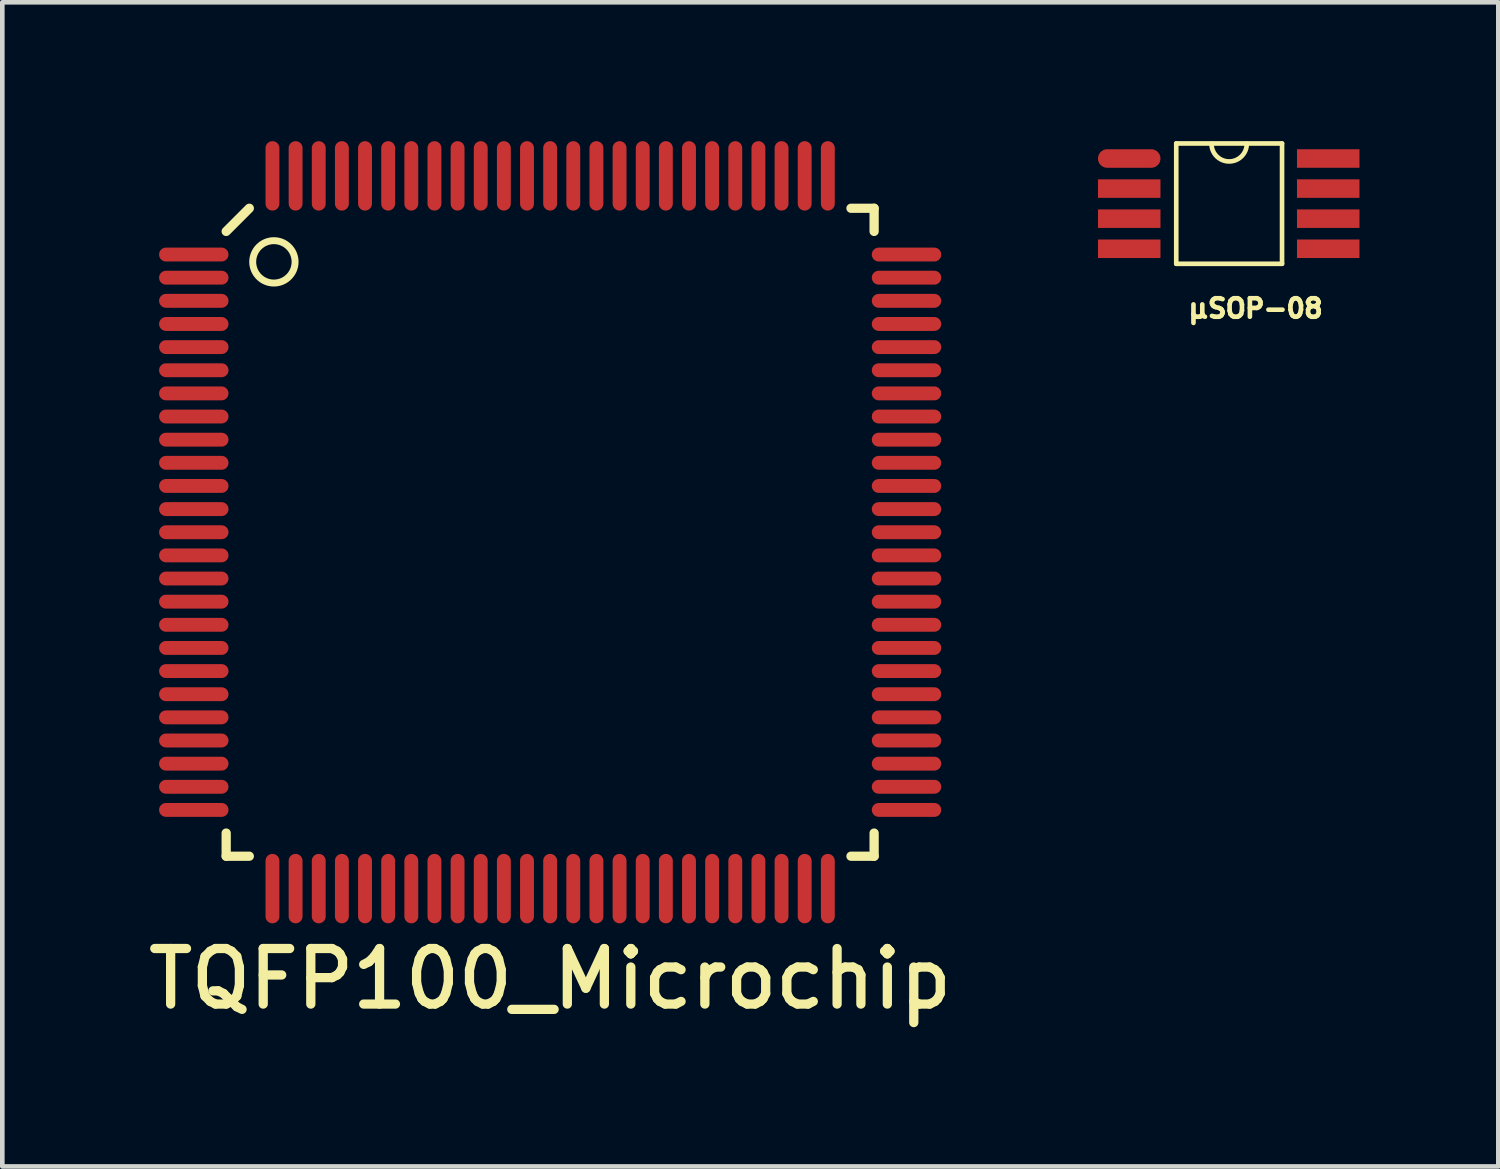
<source format=kicad_pcb>
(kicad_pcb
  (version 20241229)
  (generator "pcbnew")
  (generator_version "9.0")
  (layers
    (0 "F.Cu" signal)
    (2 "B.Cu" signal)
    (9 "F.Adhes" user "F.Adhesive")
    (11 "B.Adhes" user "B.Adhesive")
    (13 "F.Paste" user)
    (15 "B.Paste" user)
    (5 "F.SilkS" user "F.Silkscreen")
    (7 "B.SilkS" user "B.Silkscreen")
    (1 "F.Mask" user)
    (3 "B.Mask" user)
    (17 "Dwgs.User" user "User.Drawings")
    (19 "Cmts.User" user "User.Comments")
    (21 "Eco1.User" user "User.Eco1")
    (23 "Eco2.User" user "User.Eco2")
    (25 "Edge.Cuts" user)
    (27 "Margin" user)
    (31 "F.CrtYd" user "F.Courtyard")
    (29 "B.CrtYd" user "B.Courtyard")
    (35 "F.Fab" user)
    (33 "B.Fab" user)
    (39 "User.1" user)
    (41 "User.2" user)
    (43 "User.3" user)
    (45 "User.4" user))
  (footprint "µSOP-08"
    (layer "F.Cu")
    (at 21.349 0.375)
    (property "Reference" "µSOP-08" (at 2.731 3.239 0) (layer "F.SilkS") (effects (font (size 0.4 0.4) (thickness 0.1))))
    (attr through_hole)
    (fp_line (start 1.016 -0.325) (end 3.302 -0.325) (stroke (width 0.1) (type solid)) (layer "F.SilkS"))
    (fp_line (start 1.016 2.275) (end 1.016 -0.325) (stroke (width 0.1) (type solid)) (layer "F.SilkS"))
    (fp_line (start 1.016 2.275) (end 3.302 2.275) (stroke (width 0.1) (type solid)) (layer "F.SilkS"))
    (fp_line (start 3.302 2.275) (end 3.302 -0.325) (stroke (width 0.1) (type solid)) (layer "F.SilkS"))
    (fp_arc (start 2.54 -0.3175) (mid 2.159 0.0635) (end 1.778 -0.3175) (stroke (width 0.1) (type solid)) (layer "F.SilkS"))
    (pad "1" smd oval (at 0 0) (size 1.35 0.4) (layers "F.Cu" "F.Mask" "F.Paste"))
    (pad "2" smd rect (at 0 0.65) (size 1.35 0.4) (layers "F.Cu" "F.Mask" "F.Paste"))
    (pad "3" smd rect (at 0 1.3) (size 1.35 0.4) (layers "F.Cu" "F.Mask" "F.Paste"))
    (pad "4" smd rect (at 0 1.95) (size 1.35 0.4) (layers "F.Cu" "F.Mask" "F.Paste"))
    (pad "5" smd rect (at 4.3 1.95) (size 1.35 0.4) (layers "F.Cu" "F.Mask" "F.Paste"))
    (pad "6" smd rect (at 4.3 1.3) (size 1.35 0.4) (layers "F.Cu" "F.Mask" "F.Paste"))
    (pad "7" smd rect (at 4.3 0.65) (size 1.35 0.4) (layers "F.Cu" "F.Mask" "F.Paste"))
    (pad "8" smd rect (at 4.3 0) (size 1.35 0.4) (layers "F.Cu" "F.Mask" "F.Paste")))
  (footprint "TQFP100_Microchip"
    (layer "F.Cu")
    (at 8.837 8.45)
    (property "Reference" "TQFP100_Microchip" (at 0 9.65 0) (layer "F.SilkS") (effects (font (size 1.2 1.2) (thickness 0.2))))
    (attr through_hole)
    (fp_line (start -7 -6.5) (end -6.5 -7) (stroke (width 0.2) (type solid)) (layer "F.SilkS"))
    (fp_line (start -7 7) (end -7 6.5) (stroke (width 0.2) (type solid)) (layer "F.SilkS"))
    (fp_line (start -6.5 7) (end -7 7) (stroke (width 0.2) (type solid)) (layer "F.SilkS"))
    (fp_line (start 6.5 -7) (end 7 -7) (stroke (width 0.2) (type solid)) (layer "F.SilkS"))
    (fp_line (start 6.5 7) (end 7 7) (stroke (width 0.2) (type solid)) (layer "F.SilkS"))
    (fp_line (start 7 -7) (end 7 -6.5) (stroke (width 0.2) (type solid)) (layer "F.SilkS"))
    (fp_line (start 7 7) (end 7 6.5) (stroke (width 0.2) (type solid)) (layer "F.SilkS"))
    (fp_circle (center -5.969 -5.842) (end -5.715 -5.461) (stroke (width 0.15) (type solid)) (fill no) (layer "F.SilkS"))
    (pad "1" smd oval (at -7.7 -6) (size 1.5 0.3) (layers "F.Cu" "F.Mask" "F.Paste"))
    (pad "2" smd oval (at -7.7 -5.5) (size 1.5 0.3) (layers "F.Cu" "F.Mask" "F.Paste"))
    (pad "3" smd oval (at -7.7 -5) (size 1.5 0.3) (layers "F.Cu" "F.Mask" "F.Paste"))
    (pad "4" smd oval (at -7.7 -4.5) (size 1.5 0.3) (layers "F.Cu" "F.Mask" "F.Paste"))
    (pad "5" smd oval (at -7.7 -4) (size 1.5 0.3) (layers "F.Cu" "F.Mask" "F.Paste"))
    (pad "6" smd oval (at -7.7 -3.5) (size 1.5 0.3) (layers "F.Cu" "F.Mask" "F.Paste"))
    (pad "7" smd oval (at -7.7 -3) (size 1.5 0.3) (layers "F.Cu" "F.Mask" "F.Paste"))
    (pad "8" smd oval (at -7.7 -2.5) (size 1.5 0.3) (layers "F.Cu" "F.Mask" "F.Paste"))
    (pad "9" smd oval (at -7.7 -2) (size 1.5 0.3) (layers "F.Cu" "F.Mask" "F.Paste"))
    (pad "10" smd oval (at -7.7 -1.5) (size 1.5 0.3) (layers "F.Cu" "F.Mask" "F.Paste"))
    (pad "11" smd oval (at -7.7 -1) (size 1.5 0.3) (layers "F.Cu" "F.Mask" "F.Paste"))
    (pad "12" smd oval (at -7.7 -0.5) (size 1.5 0.3) (layers "F.Cu" "F.Mask" "F.Paste"))
    (pad "13" smd oval (at -7.7 0) (size 1.5 0.3) (layers "F.Cu" "F.Mask" "F.Paste"))
    (pad "14" smd oval (at -7.7 0.5) (size 1.5 0.3) (layers "F.Cu" "F.Mask" "F.Paste"))
    (pad "15" smd oval (at -7.7 1) (size 1.5 0.3) (layers "F.Cu" "F.Mask" "F.Paste"))
    (pad "16" smd oval (at -7.7 1.5) (size 1.5 0.3) (layers "F.Cu" "F.Mask" "F.Paste"))
    (pad "17" smd oval (at -7.7 2) (size 1.5 0.3) (layers "F.Cu" "F.Mask" "F.Paste"))
    (pad "18" smd oval (at -7.7 2.5) (size 1.5 0.3) (layers "F.Cu" "F.Mask" "F.Paste"))
    (pad "19" smd oval (at -7.7 3) (size 1.5 0.3) (layers "F.Cu" "F.Mask" "F.Paste"))
    (pad "20" smd oval (at -7.7 3.5) (size 1.5 0.3) (layers "F.Cu" "F.Mask" "F.Paste"))
    (pad "21" smd oval (at -7.7 4) (size 1.5 0.3) (layers "F.Cu" "F.Mask" "F.Paste"))
    (pad "22" smd oval (at -7.7 4.5) (size 1.5 0.3) (layers "F.Cu" "F.Mask" "F.Paste"))
    (pad "23" smd oval (at -7.7 5) (size 1.5 0.3) (layers "F.Cu" "F.Mask" "F.Paste"))
    (pad "24" smd oval (at -7.7 5.5) (size 1.5 0.3) (layers "F.Cu" "F.Mask" "F.Paste"))
    (pad "25" smd oval (at -7.7 6) (size 1.5 0.3) (layers "F.Cu" "F.Mask" "F.Paste"))
    (pad "26" smd oval (at -6 7.7) (size 0.3 1.5) (layers "F.Cu" "F.Mask" "F.Paste"))
    (pad "27" smd oval (at -5.5 7.7) (size 0.3 1.5) (layers "F.Cu" "F.Mask" "F.Paste"))
    (pad "28" smd oval (at -5 7.7) (size 0.3 1.5) (layers "F.Cu" "F.Mask" "F.Paste"))
    (pad "29" smd oval (at -4.5 7.7) (size 0.3 1.5) (layers "F.Cu" "F.Mask" "F.Paste"))
    (pad "30" smd oval (at -4 7.7) (size 0.3 1.5) (layers "F.Cu" "F.Mask" "F.Paste"))
    (pad "31" smd oval (at -3.5 7.7) (size 0.3 1.5) (layers "F.Cu" "F.Mask" "F.Paste"))
    (pad "32" smd oval (at -3 7.7) (size 0.3 1.5) (layers "F.Cu" "F.Mask" "F.Paste"))
    (pad "33" smd oval (at -2.5 7.7) (size 0.3 1.5) (layers "F.Cu" "F.Mask" "F.Paste"))
    (pad "34" smd oval (at -2 7.7) (size 0.3 1.5) (layers "F.Cu" "F.Mask" "F.Paste"))
    (pad "35" smd oval (at -1.5 7.7) (size 0.3 1.5) (layers "F.Cu" "F.Mask" "F.Paste"))
    (pad "36" smd oval (at -1 7.7) (size 0.3 1.5) (layers "F.Cu" "F.Mask" "F.Paste"))
    (pad "37" smd oval (at -0.5 7.7) (size 0.3 1.5) (layers "F.Cu" "F.Mask" "F.Paste"))
    (pad "38" smd oval (at 0 7.7) (size 0.3 1.5) (layers "F.Cu" "F.Mask" "F.Paste"))
    (pad "39" smd oval (at 0.5 7.7) (size 0.3 1.5) (layers "F.Cu" "F.Mask" "F.Paste"))
    (pad "40" smd oval (at 1 7.7) (size 0.3 1.5) (layers "F.Cu" "F.Mask" "F.Paste"))
    (pad "41" smd oval (at 1.5 7.7) (size 0.3 1.5) (layers "F.Cu" "F.Mask" "F.Paste"))
    (pad "42" smd oval (at 2 7.7) (size 0.3 1.5) (layers "F.Cu" "F.Mask" "F.Paste"))
    (pad "43" smd oval (at 2.5 7.7) (size 0.3 1.5) (layers "F.Cu" "F.Mask" "F.Paste"))
    (pad "44" smd oval (at 3 7.7) (size 0.3 1.5) (layers "F.Cu" "F.Mask" "F.Paste"))
    (pad "45" smd oval (at 3.5 7.7) (size 0.3 1.5) (layers "F.Cu" "F.Mask" "F.Paste"))
    (pad "46" smd oval (at 4 7.7) (size 0.3 1.5) (layers "F.Cu" "F.Mask" "F.Paste"))
    (pad "47" smd oval (at 4.5 7.7) (size 0.3 1.5) (layers "F.Cu" "F.Mask" "F.Paste"))
    (pad "48" smd oval (at 5 7.7) (size 0.3 1.5) (layers "F.Cu" "F.Mask" "F.Paste"))
    (pad "49" smd oval (at 5.5 7.7) (size 0.3 1.5) (layers "F.Cu" "F.Mask" "F.Paste"))
    (pad "50" smd oval (at 6 7.7) (size 0.3 1.5) (layers "F.Cu" "F.Mask" "F.Paste"))
    (pad "51" smd oval (at 7.7 6) (size 1.5 0.3) (layers "F.Cu" "F.Mask" "F.Paste"))
    (pad "52" smd oval (at 7.7 5.5) (size 1.5 0.3) (layers "F.Cu" "F.Mask" "F.Paste"))
    (pad "53" smd oval (at 7.7 5) (size 1.5 0.3) (layers "F.Cu" "F.Mask" "F.Paste"))
    (pad "54" smd oval (at 7.7 4.5) (size 1.5 0.3) (layers "F.Cu" "F.Mask" "F.Paste"))
    (pad "55" smd oval (at 7.7 4) (size 1.5 0.3) (layers "F.Cu" "F.Mask" "F.Paste"))
    (pad "56" smd oval (at 7.7 3.5) (size 1.5 0.3) (layers "F.Cu" "F.Mask" "F.Paste"))
    (pad "57" smd oval (at 7.7 3) (size 1.5 0.3) (layers "F.Cu" "F.Mask" "F.Paste"))
    (pad "58" smd oval (at 7.7 2.5) (size 1.5 0.3) (layers "F.Cu" "F.Mask" "F.Paste"))
    (pad "59" smd oval (at 7.7 2) (size 1.5 0.3) (layers "F.Cu" "F.Mask" "F.Paste"))
    (pad "60" smd oval (at 7.7 1.5) (size 1.5 0.3) (layers "F.Cu" "F.Mask" "F.Paste"))
    (pad "61" smd oval (at 7.7 1) (size 1.5 0.3) (layers "F.Cu" "F.Mask" "F.Paste"))
    (pad "62" smd oval (at 7.7 0.5) (size 1.5 0.3) (layers "F.Cu" "F.Mask" "F.Paste"))
    (pad "63" smd oval (at 7.7 0) (size 1.5 0.3) (layers "F.Cu" "F.Mask" "F.Paste"))
    (pad "64" smd oval (at 7.7 -0.5) (size 1.5 0.3) (layers "F.Cu" "F.Mask" "F.Paste"))
    (pad "65" smd oval (at 7.7 -1) (size 1.5 0.3) (layers "F.Cu" "F.Mask" "F.Paste"))
    (pad "66" smd oval (at 7.7 -1.5) (size 1.5 0.3) (layers "F.Cu" "F.Mask" "F.Paste"))
    (pad "67" smd oval (at 7.7 -2) (size 1.5 0.3) (layers "F.Cu" "F.Mask" "F.Paste"))
    (pad "68" smd oval (at 7.7 -2.5) (size 1.5 0.3) (layers "F.Cu" "F.Mask" "F.Paste"))
    (pad "69" smd oval (at 7.7 -3) (size 1.5 0.3) (layers "F.Cu" "F.Mask" "F.Paste"))
    (pad "70" smd oval (at 7.7 -3.5) (size 1.5 0.3) (layers "F.Cu" "F.Mask" "F.Paste"))
    (pad "71" smd oval (at 7.7 -4) (size 1.5 0.3) (layers "F.Cu" "F.Mask" "F.Paste"))
    (pad "72" smd oval (at 7.7 -4.5) (size 1.5 0.3) (layers "F.Cu" "F.Mask" "F.Paste"))
    (pad "73" smd oval (at 7.7 -5) (size 1.5 0.3) (layers "F.Cu" "F.Mask" "F.Paste"))
    (pad "74" smd oval (at 7.7 -5.5) (size 1.5 0.3) (layers "F.Cu" "F.Mask" "F.Paste"))
    (pad "75" smd oval (at 7.7 -6) (size 1.5 0.3) (layers "F.Cu" "F.Mask" "F.Paste"))
    (pad "76" smd oval (at 6 -7.7) (size 0.3 1.5) (layers "F.Cu" "F.Mask" "F.Paste"))
    (pad "77" smd oval (at 5.5 -7.7) (size 0.3 1.5) (layers "F.Cu" "F.Mask" "F.Paste"))
    (pad "78" smd oval (at 5 -7.7) (size 0.3 1.5) (layers "F.Cu" "F.Mask" "F.Paste"))
    (pad "79" smd oval (at 4.5 -7.7) (size 0.3 1.5) (layers "F.Cu" "F.Mask" "F.Paste"))
    (pad "80" smd oval (at 4 -7.7) (size 0.3 1.5) (layers "F.Cu" "F.Mask" "F.Paste"))
    (pad "81" smd oval (at 3.5 -7.7) (size 0.3 1.5) (layers "F.Cu" "F.Mask" "F.Paste"))
    (pad "82" smd oval (at 3 -7.7) (size 0.3 1.5) (layers "F.Cu" "F.Mask" "F.Paste"))
    (pad "83" smd oval (at 2.5 -7.7) (size 0.3 1.5) (layers "F.Cu" "F.Mask" "F.Paste"))
    (pad "84" smd oval (at 2 -7.7) (size 0.3 1.5) (layers "F.Cu" "F.Mask" "F.Paste"))
    (pad "85" smd oval (at 1.5 -7.7) (size 0.3 1.5) (layers "F.Cu" "F.Mask" "F.Paste"))
    (pad "86" smd oval (at 1 -7.7) (size 0.3 1.5) (layers "F.Cu" "F.Mask" "F.Paste"))
    (pad "87" smd oval (at 0.5 -7.7) (size 0.3 1.5) (layers "F.Cu" "F.Mask" "F.Paste"))
    (pad "88" smd oval (at 0 -7.7) (size 0.3 1.5) (layers "F.Cu" "F.Mask" "F.Paste"))
    (pad "89" smd oval (at -0.5 -7.7) (size 0.3 1.5) (layers "F.Cu" "F.Mask" "F.Paste"))
    (pad "90" smd oval (at -1 -7.7) (size 0.3 1.5) (layers "F.Cu" "F.Mask" "F.Paste"))
    (pad "91" smd oval (at -1.5 -7.7) (size 0.3 1.5) (layers "F.Cu" "F.Mask" "F.Paste"))
    (pad "92" smd oval (at -2 -7.7) (size 0.3 1.5) (layers "F.Cu" "F.Mask" "F.Paste"))
    (pad "93" smd oval (at -2.5 -7.7) (size 0.3 1.5) (layers "F.Cu" "F.Mask" "F.Paste"))
    (pad "94" smd oval (at -3 -7.7) (size 0.3 1.5) (layers "F.Cu" "F.Mask" "F.Paste"))
    (pad "95" smd oval (at -3.5 -7.7) (size 0.3 1.5) (layers "F.Cu" "F.Mask" "F.Paste"))
    (pad "96" smd oval (at -4 -7.7) (size 0.3 1.5) (layers "F.Cu" "F.Mask" "F.Paste"))
    (pad "97" smd oval (at -4.5 -7.7) (size 0.3 1.5) (layers "F.Cu" "F.Mask" "F.Paste"))
    (pad "98" smd oval (at -5 -7.7) (size 0.3 1.5) (layers "F.Cu" "F.Mask" "F.Paste"))
    (pad "99" smd oval (at -5.5 -7.7) (size 0.3 1.5) (layers "F.Cu" "F.Mask" "F.Paste"))
    (pad "100" smd oval (at -6 -7.7) (size 0.3 1.5) (layers "F.Cu" "F.Mask" "F.Paste")))
  (gr_rect
    (start -3 -3)
    (end 29.324 22.153)
    (stroke (width 0.1) (type default))
    (fill no)
    (layer "Edge.Cuts")))
</source>
